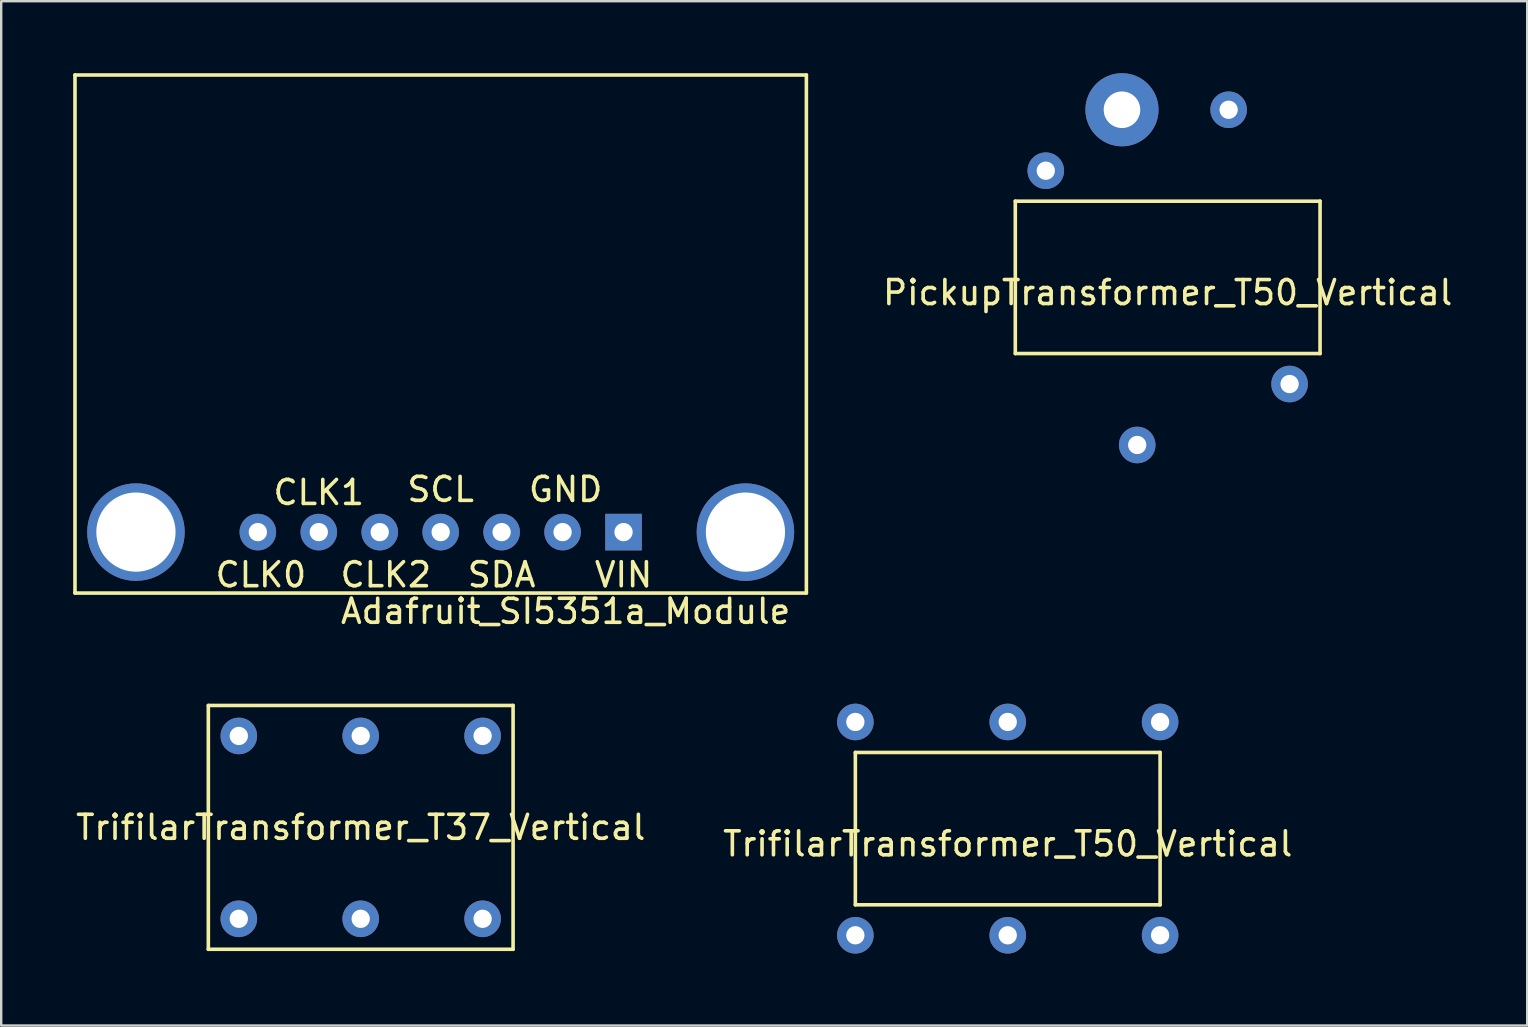
<source format=kicad_pcb>
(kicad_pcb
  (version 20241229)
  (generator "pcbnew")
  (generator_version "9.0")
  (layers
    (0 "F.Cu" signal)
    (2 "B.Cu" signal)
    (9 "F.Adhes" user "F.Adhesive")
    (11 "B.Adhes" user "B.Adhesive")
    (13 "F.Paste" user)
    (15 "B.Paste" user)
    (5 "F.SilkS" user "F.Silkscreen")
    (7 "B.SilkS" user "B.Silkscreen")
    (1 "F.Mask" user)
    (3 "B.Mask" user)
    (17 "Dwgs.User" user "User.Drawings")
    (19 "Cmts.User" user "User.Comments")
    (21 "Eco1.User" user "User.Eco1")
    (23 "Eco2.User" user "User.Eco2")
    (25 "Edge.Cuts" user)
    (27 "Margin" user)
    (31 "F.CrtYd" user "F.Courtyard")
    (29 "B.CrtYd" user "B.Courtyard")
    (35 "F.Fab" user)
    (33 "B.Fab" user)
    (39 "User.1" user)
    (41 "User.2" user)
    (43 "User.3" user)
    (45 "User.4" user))
  (footprint "PickupTransformer_T50_Vertical"
    (layer "F.Cu")
    (at 45.612 4.064)
    (property "Reference" "PickupTransformer_T50_Vertical" (at 0 5.08 0) (layer "F.SilkS") (effects (font (size 1 1) (thickness 0.15))))
    (attr through_hole)
    (fp_line (start -6.35 1.27) (end 6.35 1.27) (stroke (width 0.15) (type solid)) (layer "F.SilkS"))
    (fp_line (start -6.35 7.62) (end -6.35 1.27) (stroke (width 0.15) (type solid)) (layer "F.SilkS"))
    (fp_line (start 6.35 1.27) (end 6.35 7.62) (stroke (width 0.15) (type solid)) (layer "F.SilkS"))
    (fp_line (start 6.35 7.62) (end -6.35 7.62) (stroke (width 0.15) (type solid)) (layer "F.SilkS"))
    (pad "1" thru_hole circle (at 2.54 -2.54) (size 1.524 1.524) (drill 0.762) (layers "*.Cu" "*.Mask"))
    (pad "2" thru_hole circle (at -1.27 11.43) (size 1.524 1.524) (drill 0.762) (layers "*.Cu" "*.Mask"))
    (pad "3" thru_hole circle (at -1.905 -2.54) (size 3.048 3.048) (drill 1.524) (layers "*.Cu" "*.Mask"))
    (pad "4" thru_hole circle (at -5.08 0) (size 1.524 1.524) (drill 0.762) (layers "*.Cu" "*.Mask"))
    (pad "5" thru_hole circle (at 5.08 8.89) (size 1.524 1.524) (drill 0.762) (layers "*.Cu" "*.Mask")))
  (footprint "TrifilarTransformer_T50_Vertical"
    (layer "F.Cu")
    (at 38.946 27.037)
    (property "Reference" "TrifilarTransformer_T50_Vertical" (at 0 5.08 0) (layer "F.SilkS") (effects (font (size 1 1) (thickness 0.15))))
    (attr through_hole)
    (fp_line (start -6.35 1.27) (end 6.35 1.27) (stroke (width 0.15) (type solid)) (layer "F.SilkS"))
    (fp_line (start -6.35 7.62) (end -6.35 1.27) (stroke (width 0.15) (type solid)) (layer "F.SilkS"))
    (fp_line (start 6.35 1.27) (end 6.35 7.62) (stroke (width 0.15) (type solid)) (layer "F.SilkS"))
    (fp_line (start 6.35 7.62) (end -6.35 7.62) (stroke (width 0.15) (type solid)) (layer "F.SilkS"))
    (pad "1" thru_hole circle (at -6.35 0) (size 1.524 1.524) (drill 0.762) (layers "*.Cu" "*.Mask"))
    (pad "2" thru_hole circle (at -6.35 8.89) (size 1.524 1.524) (drill 0.762) (layers "*.Cu" "*.Mask"))
    (pad "3" thru_hole circle (at 0 0) (size 1.524 1.524) (drill 0.762) (layers "*.Cu" "*.Mask"))
    (pad "4" thru_hole circle (at 0 8.89) (size 1.524 1.524) (drill 0.762) (layers "*.Cu" "*.Mask"))
    (pad "5" thru_hole circle (at 6.35 0) (size 1.524 1.524) (drill 0.762) (layers "*.Cu" "*.Mask"))
    (pad "6" thru_hole circle (at 6.35 8.89) (size 1.524 1.524) (drill 0.762) (layers "*.Cu" "*.Mask")))
  (footprint "Adafruit_SI5351a_Module"
    (layer "F.Cu")
    (at 15.315 19.125)
    (property "Reference" "Adafruit_SI5351a_Module" (at 5.207 3.302 0) (layer "F.SilkS") (effects (font (size 1 1) (thickness 0.15))))
    (attr through_hole)
    (fp_line (start -15.24 -19.05) (end -15.24 2.54) (stroke (width 0.15) (type solid)) (layer "F.SilkS"))
    (fp_line (start -15.24 2.54) (end 15.24 2.54) (stroke (width 0.15) (type solid)) (layer "F.SilkS"))
    (fp_line (start 15.24 -19.05) (end -15.24 -19.05) (stroke (width 0.15) (type solid)) (layer "F.SilkS"))
    (fp_line (start 15.24 2.54) (end 15.24 -19.05) (stroke (width 0.15) (type solid)) (layer "F.SilkS"))
    (fp_text user "VIN" (at 7.62 1.778 0) (layer "F.SilkS") (effects (font (size 1 1) (thickness 0.15))))
    (fp_text user "GND" (at 5.207 -1.778 0) (layer "F.SilkS") (effects (font (size 1 1) (thickness 0.15))))
    (fp_text user "CLK0" (at -7.493 1.778 0) (layer "F.SilkS") (effects (font (size 1 1) (thickness 0.15))))
    (fp_text user "SDA" (at 2.54 1.778 0) (layer "F.SilkS") (effects (font (size 1 1) (thickness 0.15))))
    (fp_text user "CLK1" (at -5.08 -1.651 0) (layer "F.SilkS") (effects (font (size 1 1) (thickness 0.15))))
    (fp_text user "SCL" (at 0 -1.778 0) (layer "F.SilkS") (effects (font (size 1 1) (thickness 0.15))))
    (fp_text user "CLK2" (at -2.286 1.778 0) (layer "F.SilkS") (effects (font (size 1 1) (thickness 0.15))))
    (pad "" thru_hole circle (at -12.7 0) (size 4.064 4.064) (drill 3.302) (layers "*.Cu" "*.Mask"))
    (pad "" thru_hole circle (at 12.7 0) (size 4.064 4.064) (drill 3.302) (layers "*.Cu" "*.Mask"))
    (pad "1" thru_hole rect (at 7.62 0) (size 1.524 1.524) (drill 0.762) (layers "*.Cu" "*.Mask"))
    (pad "2" thru_hole circle (at 5.08 0) (size 1.524 1.524) (drill 0.762) (layers "*.Cu" "*.Mask"))
    (pad "3" thru_hole circle (at 2.54 0) (size 1.524 1.524) (drill 0.762) (layers "*.Cu" "*.Mask"))
    (pad "4" thru_hole circle (at 0 0) (size 1.524 1.524) (drill 0.762) (layers "*.Cu" "*.Mask"))
    (pad "5" thru_hole circle (at -2.54 0) (size 1.524 1.524) (drill 0.762) (layers "*.Cu" "*.Mask"))
    (pad "6" thru_hole circle (at -5.08 0) (size 1.524 1.524) (drill 0.762) (layers "*.Cu" "*.Mask"))
    (pad "7" thru_hole circle (at -7.62 0) (size 1.524 1.524) (drill 0.762) (layers "*.Cu" "*.Mask")))
  (footprint "TrifilarTransformer_T37_Vertical"
    (layer "F.Cu")
    (at 11.982 27.62)
    (property "Reference" "TrifilarTransformer_T37_Vertical" (at 0 3.81 0) (layer "F.SilkS") (effects (font (size 1 1) (thickness 0.15))))
    (attr through_hole)
    (fp_line (start -6.35 -1.27) (end -6.35 8.89) (stroke (width 0.15) (type solid)) (layer "F.SilkS"))
    (fp_line (start -6.35 8.89) (end 6.35 8.89) (stroke (width 0.15) (type solid)) (layer "F.SilkS"))
    (fp_line (start 6.35 -1.27) (end -6.35 -1.27) (stroke (width 0.15) (type solid)) (layer "F.SilkS"))
    (fp_line (start 6.35 8.89) (end 6.35 -1.27) (stroke (width 0.15) (type solid)) (layer "F.SilkS"))
    (pad "1" thru_hole circle (at -5.08 0) (size 1.524 1.524) (drill 0.762) (layers "*.Cu" "*.Mask"))
    (pad "2" thru_hole circle (at -5.08 7.62) (size 1.524 1.524) (drill 0.762) (layers "*.Cu" "*.Mask"))
    (pad "3" thru_hole circle (at 0 0) (size 1.524 1.524) (drill 0.762) (layers "*.Cu" "*.Mask"))
    (pad "4" thru_hole circle (at 0 7.62) (size 1.524 1.524) (drill 0.762) (layers "*.Cu" "*.Mask"))
    (pad "5" thru_hole circle (at 5.08 0) (size 1.524 1.524) (drill 0.762) (layers "*.Cu" "*.Mask"))
    (pad "6" thru_hole circle (at 5.08 7.62) (size 1.524 1.524) (drill 0.762) (layers "*.Cu" "*.Mask")))
  (gr_rect
    (start -3 -3)
    (end 60.594 39.689)
    (stroke (width 0.1) (type default))
    (fill no)
    (layer "Edge.Cuts")))
</source>
